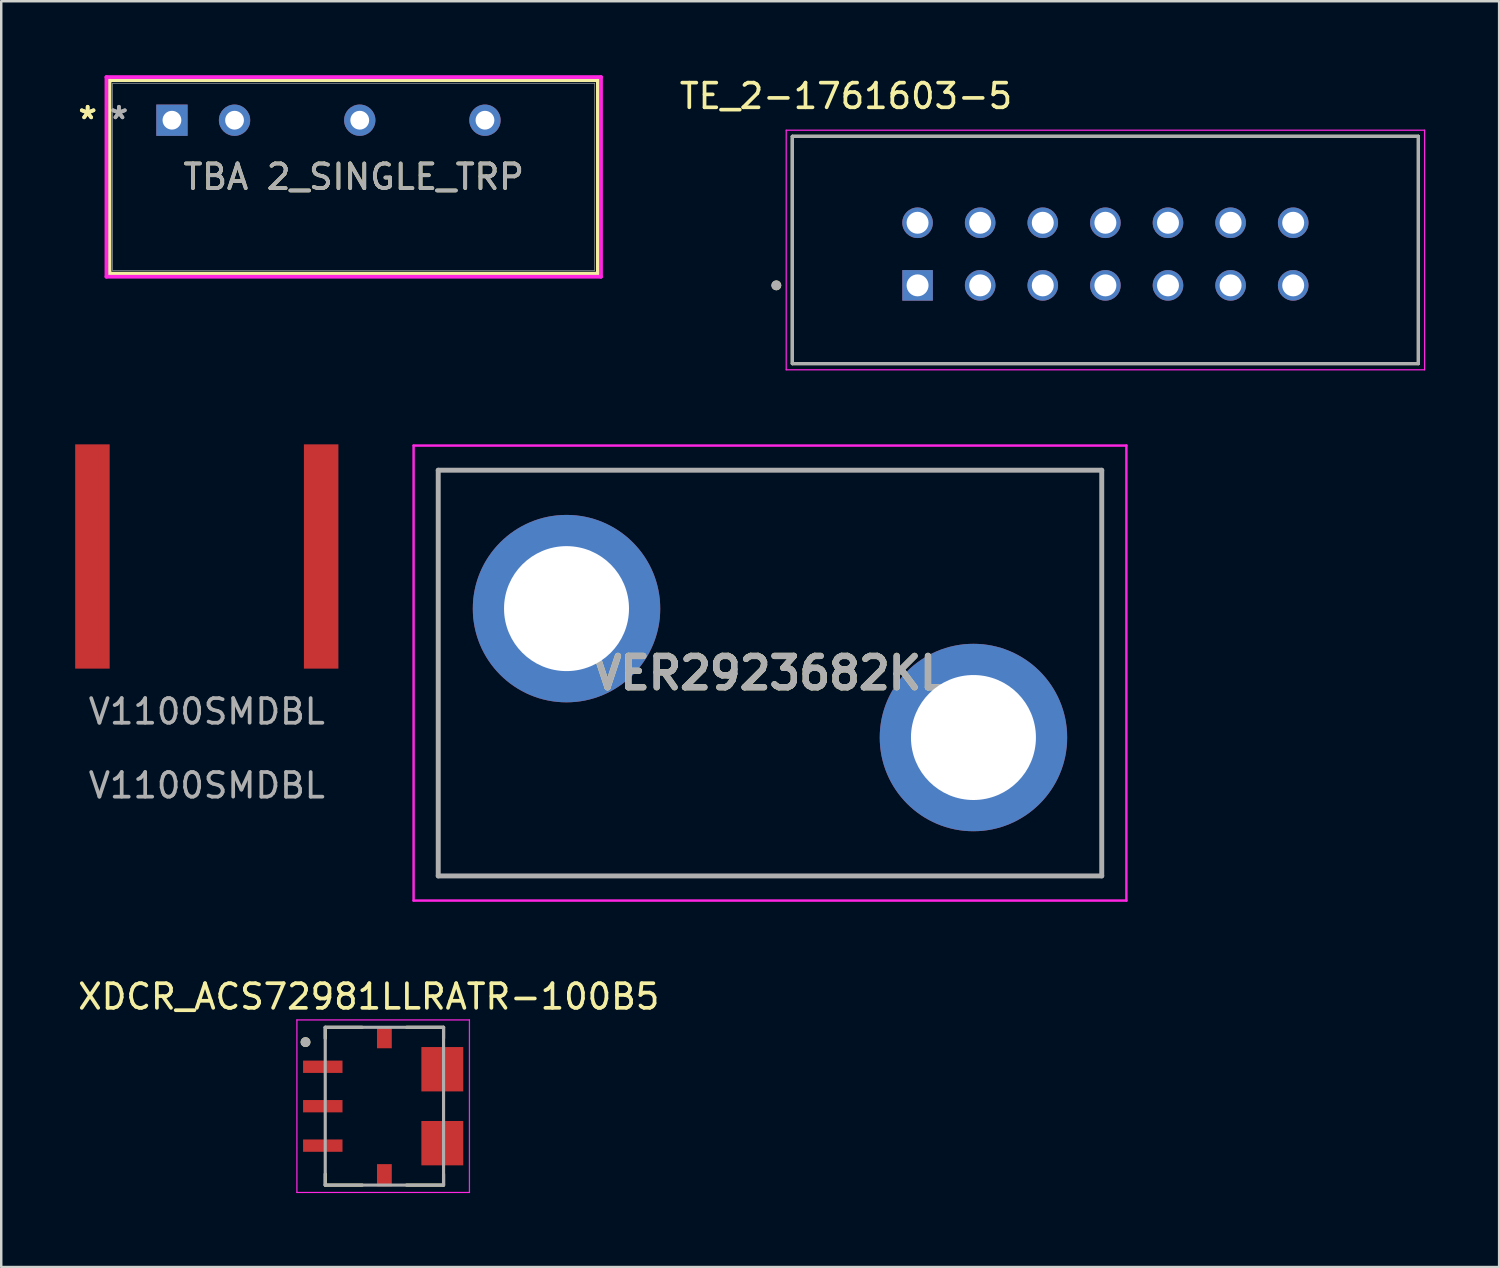
<source format=kicad_pcb>
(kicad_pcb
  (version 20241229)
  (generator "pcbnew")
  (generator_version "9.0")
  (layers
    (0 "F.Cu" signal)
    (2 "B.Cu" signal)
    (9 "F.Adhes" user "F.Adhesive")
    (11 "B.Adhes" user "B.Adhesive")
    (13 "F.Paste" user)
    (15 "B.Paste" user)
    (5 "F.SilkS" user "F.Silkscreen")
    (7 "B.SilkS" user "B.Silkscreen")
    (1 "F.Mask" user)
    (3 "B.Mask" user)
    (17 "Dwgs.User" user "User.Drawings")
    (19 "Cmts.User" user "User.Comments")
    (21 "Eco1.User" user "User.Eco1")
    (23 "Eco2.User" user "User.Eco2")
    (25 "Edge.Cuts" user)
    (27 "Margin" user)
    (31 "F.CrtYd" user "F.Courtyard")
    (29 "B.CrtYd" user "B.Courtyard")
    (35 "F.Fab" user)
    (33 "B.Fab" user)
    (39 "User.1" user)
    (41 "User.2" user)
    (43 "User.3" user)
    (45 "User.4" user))
  (footprint "TBA 2_SINGLE_TRP"
    (layer "F.Cu")
    (at 3.926 1.827)
    (property "Reference" "TBA 2_SINGLE_TRP" (at 7.375 2.3 0) (unlocked yes) (layer "F.SilkS") (effects (font (size 1 1) (thickness 0.15))))
    (attr through_hole)
    (fp_line (start -2.531 -1.624) (end -2.531 6.224) (stroke (width 0.152) (type solid)) (layer "F.SilkS"))
    (fp_line (start -2.531 6.224) (end 17.281 6.224) (stroke (width 0.152) (type solid)) (layer "F.SilkS"))
    (fp_line (start 17.281 -1.624) (end -2.531 -1.624) (stroke (width 0.152) (type solid)) (layer "F.SilkS"))
    (fp_line (start 17.281 6.224) (end 17.281 -1.624) (stroke (width 0.152) (type solid)) (layer "F.SilkS"))
    (fp_line (start -2.658 -1.751) (end 17.408 -1.751) (stroke (width 0.152) (type solid)) (layer "F.CrtYd"))
    (fp_line (start -2.658 6.351) (end -2.658 -1.751) (stroke (width 0.152) (type solid)) (layer "F.CrtYd"))
    (fp_line (start 17.408 -1.751) (end 17.408 6.351) (stroke (width 0.152) (type solid)) (layer "F.CrtYd"))
    (fp_line (start 17.408 6.351) (end -2.658 6.351) (stroke (width 0.152) (type solid)) (layer "F.CrtYd"))
    (fp_line (start -2.404 -1.497) (end -2.404 6.097) (stroke (width 0.025) (type solid)) (layer "F.Fab"))
    (fp_line (start -2.404 6.097) (end 17.154 6.097) (stroke (width 0.025) (type solid)) (layer "F.Fab"))
    (fp_line (start 17.154 -1.497) (end -2.404 -1.497) (stroke (width 0.025) (type solid)) (layer "F.Fab"))
    (fp_line (start 17.154 6.097) (end 17.154 -1.497) (stroke (width 0.025) (type solid)) (layer "F.Fab"))
    (fp_text user "*" (at -3.42 0 0) (layer "F.SilkS") (effects (font (size 1 1) (thickness 0.15))))
    (fp_text user "*" (at -3.42 0 0) (unlocked yes) (layer "F.SilkS") (effects (font (size 1 1) (thickness 0.15))))
    (fp_text user "*" (at -2.15 0 0) (layer "F.Fab") (effects (font (size 1 1) (thickness 0.15))))
    (fp_text user "${REFERENCE}" (at 7.375 2.3 0) (unlocked yes) (layer "F.Fab") (effects (font (size 1 1) (thickness 0.15))))
    (fp_text user "*" (at -2.15 0 0) (unlocked yes) (layer "F.Fab") (effects (font (size 1 1) (thickness 0.15))))
    (pad "1" thru_hole rect (at 0 0) (size 1.27 1.27) (drill 0.762) (layers "*.Cu" "*.Mask"))
    (pad "2" thru_hole circle (at 2.54 0) (size 1.27 1.27) (drill 0.762) (layers "*.Cu" "*.Mask"))
    (pad "4" thru_hole circle (at 7.62 0) (size 1.27 1.27) (drill 0.762) (layers "*.Cu" "*.Mask"))
    (pad "6" thru_hole circle (at 12.7 0) (size 1.27 1.27) (drill 0.762) (layers "*.Cu" "*.Mask")))
  (footprint "XDCR_ACS72981LLRATR-100B5"
    (layer "F.Cu")
    (at 12.546 41.831)
    (property "Reference" "XDCR_ACS72981LLRATR-100B5" (at -0.635 -4.445 0) (layer "F.SilkS") (effects (font (size 1 1) (thickness 0.15))))
    (attr smd)
    (fp_line (start -2.4 -3.2) (end -0.9 -3.2) (stroke (width 0.127) (type solid)) (layer "F.SilkS"))
    (fp_line (start -2.4 -2.75) (end -2.4 -3.2) (stroke (width 0.127) (type solid)) (layer "F.SilkS"))
    (fp_line (start -2.4 2.75) (end -2.4 3.2) (stroke (width 0.127) (type solid)) (layer "F.SilkS"))
    (fp_line (start -2.4 3.2) (end -0.9 3.2) (stroke (width 0.127) (type solid)) (layer "F.SilkS"))
    (fp_line (start 0.9 -3.2) (end 2.4 -3.2) (stroke (width 0.127) (type solid)) (layer "F.SilkS"))
    (fp_line (start 0.9 3.2) (end 2.4 3.2) (stroke (width 0.127) (type solid)) (layer "F.SilkS"))
    (fp_line (start 2.4 -3.2) (end 2.4 -2.75) (stroke (width 0.127) (type solid)) (layer "F.SilkS"))
    (fp_line (start 2.4 3.2) (end 2.4 2.75) (stroke (width 0.127) (type solid)) (layer "F.SilkS"))
    (fp_circle (center -3.2 -2.6) (end -3.1 -2.6) (stroke (width 0.2) (type solid)) (fill no) (layer "F.SilkS"))
    (fp_line (start -3.55 -3.5) (end 3.45 -3.5) (stroke (width 0.05) (type solid)) (layer "F.CrtYd"))
    (fp_line (start -3.55 3.5) (end -3.55 -3.5) (stroke (width 0.05) (type solid)) (layer "F.CrtYd"))
    (fp_line (start 3.45 -3.5) (end 3.45 3.5) (stroke (width 0.05) (type solid)) (layer "F.CrtYd"))
    (fp_line (start 3.45 3.5) (end -3.55 3.5) (stroke (width 0.05) (type solid)) (layer "F.CrtYd"))
    (fp_line (start -2.4 -3.2) (end 2.4 -3.2) (stroke (width 0.127) (type solid)) (layer "F.Fab"))
    (fp_line (start -2.4 3.2) (end -2.4 -3.2) (stroke (width 0.127) (type solid)) (layer "F.Fab"))
    (fp_line (start 2.4 -3.2) (end 2.4 3.2) (stroke (width 0.127) (type solid)) (layer "F.Fab"))
    (fp_line (start 2.4 3.2) (end -2.4 3.2) (stroke (width 0.127) (type solid)) (layer "F.Fab"))
    (fp_circle (center -3.2 -2.6) (end -3.1 -2.6) (stroke (width 0.2) (type solid)) (fill no) (layer "F.Fab"))
    (pad "1" smd rect (at -2.5 -1.6) (size 1.6 0.5) (layers "F.Cu" "F.Mask" "F.Paste"))
    (pad "2" smd rect (at -2.5 0) (size 1.6 0.5) (layers "F.Cu" "F.Mask" "F.Paste"))
    (pad "3" smd rect (at -2.5 1.6) (size 1.6 0.5) (layers "F.Cu" "F.Mask" "F.Paste"))
    (pad "4" smd rect (at 0 2.8) (size 0.6 0.9) (layers "F.Cu" "F.Mask" "F.Paste"))
    (pad "5" smd rect (at 2.35 1.5) (size 1.7 1.8) (layers "F.Cu" "F.Mask" "F.Paste"))
    (pad "6" smd rect (at 2.35 -1.5) (size 1.7 1.8) (layers "F.Cu" "F.Mask" "F.Paste"))
    (pad "7" smd rect (at 0 -2.8) (size 0.6 0.9) (layers "F.Cu" "F.Mask" "F.Paste")))
  (footprint "TE_2-1761603-5"
    (layer "F.Cu")
    (at 34.178 8.528)
    (property "Reference" "TE_2-1761603-5" (at -2.905 -7.68 0) (layer "F.SilkS") (effects (font (size 1 1) (thickness 0.15))))
    (attr through_hole)
    (fp_line (start -5.08 3.175) (end -5.08 -6.045) (stroke (width 0.127) (type solid)) (layer "F.SilkS"))
    (fp_line (start 20.32 -6.045) (end -5.08 -6.045) (stroke (width 0.127) (type solid)) (layer "F.SilkS"))
    (fp_line (start 20.32 -6.045) (end 20.32 3.175) (stroke (width 0.127) (type solid)) (layer "F.SilkS"))
    (fp_line (start 20.32 3.175) (end -5.08 3.175) (stroke (width 0.127) (type solid)) (layer "F.SilkS"))
    (fp_circle (center -5.73 0) (end -5.63 0) (stroke (width 0.2) (type solid)) (fill no) (layer "F.SilkS"))
    (fp_line (start -5.33 -6.295) (end 20.57 -6.295) (stroke (width 0.05) (type solid)) (layer "F.CrtYd"))
    (fp_line (start -5.33 3.425) (end -5.33 -6.295) (stroke (width 0.05) (type solid)) (layer "F.CrtYd"))
    (fp_line (start 20.57 -6.295) (end 20.57 3.425) (stroke (width 0.05) (type solid)) (layer "F.CrtYd"))
    (fp_line (start 20.57 3.425) (end -5.33 3.425) (stroke (width 0.05) (type solid)) (layer "F.CrtYd"))
    (fp_line (start -5.08 -6.045) (end 20.32 -6.045) (stroke (width 0.127) (type solid)) (layer "F.Fab"))
    (fp_line (start -5.08 -6.045) (end 20.32 -6.045) (stroke (width 0.127) (type solid)) (layer "F.Fab"))
    (fp_line (start -5.08 3.175) (end -5.08 -6.045) (stroke (width 0.127) (type solid)) (layer "F.Fab"))
    (fp_line (start -5.08 3.175) (end -5.08 -6.045) (stroke (width 0.127) (type solid)) (layer "F.Fab"))
    (fp_line (start 20.32 -6.045) (end 20.32 3.175) (stroke (width 0.127) (type solid)) (layer "F.Fab"))
    (fp_line (start 20.32 -6.045) (end 20.32 3.175) (stroke (width 0.127) (type solid)) (layer "F.Fab"))
    (fp_line (start 20.32 3.175) (end -5.08 3.175) (stroke (width 0.127) (type solid)) (layer "F.Fab"))
    (fp_circle (center -5.73 0) (end -5.63 0) (stroke (width 0.2) (type solid)) (fill no) (layer "F.Fab"))
    (pad "1" thru_hole rect (at 0 0) (size 1.24 1.24) (drill 0.89) (layers "*.Cu" "*.Mask"))
    (pad "2" thru_hole circle (at 0 -2.54) (size 1.24 1.24) (drill 0.89) (layers "*.Cu" "*.Mask"))
    (pad "3" thru_hole circle (at 2.54 0) (size 1.24 1.24) (drill 0.89) (layers "*.Cu" "*.Mask"))
    (pad "4" thru_hole circle (at 2.54 -2.54) (size 1.24 1.24) (drill 0.89) (layers "*.Cu" "*.Mask"))
    (pad "5" thru_hole circle (at 5.08 0) (size 1.24 1.24) (drill 0.89) (layers "*.Cu" "*.Mask"))
    (pad "6" thru_hole circle (at 5.08 -2.54) (size 1.24 1.24) (drill 0.89) (layers "*.Cu" "*.Mask"))
    (pad "7" thru_hole circle (at 7.62 0) (size 1.24 1.24) (drill 0.89) (layers "*.Cu" "*.Mask"))
    (pad "8" thru_hole circle (at 7.62 -2.54) (size 1.24 1.24) (drill 0.89) (layers "*.Cu" "*.Mask"))
    (pad "9" thru_hole circle (at 10.16 0) (size 1.24 1.24) (drill 0.89) (layers "*.Cu" "*.Mask"))
    (pad "10" thru_hole circle (at 10.16 -2.54) (size 1.24 1.24) (drill 0.89) (layers "*.Cu" "*.Mask"))
    (pad "11" thru_hole circle (at 12.7 0) (size 1.24 1.24) (drill 0.89) (layers "*.Cu" "*.Mask"))
    (pad "12" thru_hole circle (at 12.7 -2.54) (size 1.24 1.24) (drill 0.89) (layers "*.Cu" "*.Mask"))
    (pad "13" thru_hole circle (at 15.24 0) (size 1.24 1.24) (drill 0.89) (layers "*.Cu" "*.Mask"))
    (pad "14" thru_hole circle (at 15.24 -2.54) (size 1.24 1.24) (drill 0.89) (layers "*.Cu" "*.Mask")))
  (footprint "VER2923682KL"
    (layer "F.Cu")
    (at 19.935 21.643)
    (property "Reference" "VER2923682KL" (at 8.255 2.615 0) (layer "F.SilkS") (effects (font (size 1.27 1.27) (thickness 0.254))))
    (attr through_hole)
    (fp_line (start -5.205 -5.615) (end 21.715 -5.615) (stroke (width 0.1) (type solid)) (layer "F.SilkS"))
    (fp_line (start -5.205 10.845) (end -5.205 -5.615) (stroke (width 0.1) (type solid)) (layer "F.SilkS"))
    (fp_line (start 21.715 -5.615) (end 21.715 10.845) (stroke (width 0.1) (type solid)) (layer "F.SilkS"))
    (fp_line (start 21.715 10.845) (end -5.205 10.845) (stroke (width 0.1) (type solid)) (layer "F.SilkS"))
    (fp_line (start -6.205 -6.615) (end 22.715 -6.615) (stroke (width 0.1) (type solid)) (layer "F.CrtYd"))
    (fp_line (start -6.205 11.845) (end -6.205 -6.615) (stroke (width 0.1) (type solid)) (layer "F.CrtYd"))
    (fp_line (start 22.715 -6.615) (end 22.715 11.845) (stroke (width 0.1) (type solid)) (layer "F.CrtYd"))
    (fp_line (start 22.715 11.845) (end -6.205 11.845) (stroke (width 0.1) (type solid)) (layer "F.CrtYd"))
    (fp_line (start -5.205 -5.615) (end 21.715 -5.615) (stroke (width 0.2) (type solid)) (layer "F.Fab"))
    (fp_line (start -5.205 10.845) (end -5.205 -5.615) (stroke (width 0.2) (type solid)) (layer "F.Fab"))
    (fp_line (start 21.715 -5.615) (end 21.715 10.845) (stroke (width 0.2) (type solid)) (layer "F.Fab"))
    (fp_line (start 21.715 10.845) (end -5.205 10.845) (stroke (width 0.2) (type solid)) (layer "F.Fab"))
    (fp_text user "${REFERENCE}" (at 8.255 2.615 0) (layer "F.Fab") (effects (font (size 1.27 1.27) (thickness 0.254))))
    (pad "1" thru_hole circle (at 0 0) (size 7.604 7.604) (drill 5.07) (layers "*.Cu" "*.Mask"))
    (pad "2" thru_hole circle (at 16.51 5.23) (size 7.604 7.604) (drill 5.07) (layers "*.Cu" "*.Mask")))
  (footprint "V1100SMDBL"
    (layer "F.Cu")
    (at 5.34 19.528)
    (property "Reference" "V1100SMDBL" (at 0 6.29 0) (unlocked yes) (layer "F.Fab") (effects (font (size 1 1) (thickness 0.15))))
    (attr smd)
    (fp_text user "${REFERENCE}" (at 0 9.29 0) (unlocked yes) (layer "F.Fab") (effects (font (size 1 1) (thickness 0.15))))
    (pad "1" smd rect (at -4.64 0) (size 1.4 9.1) (layers "F.Cu" "F.Mask" "F.Paste"))
    (pad "1" smd rect (at 4.64 0) (size 1.4 9.1) (layers "F.Cu" "F.Mask" "F.Paste")))
  (gr_rect
    (start -3 -3)
    (end 57.773 48.356)
    (stroke (width 0.1) (type default))
    (fill no)
    (layer "Edge.Cuts")))
</source>
